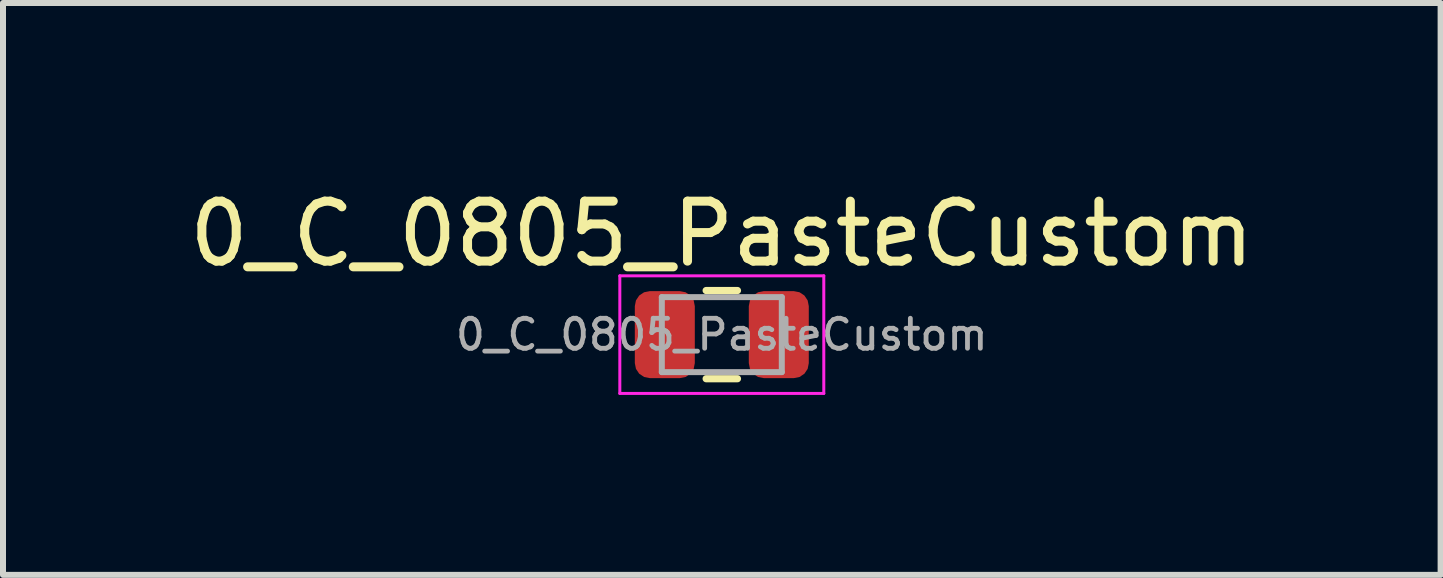
<source format=kicad_pcb>
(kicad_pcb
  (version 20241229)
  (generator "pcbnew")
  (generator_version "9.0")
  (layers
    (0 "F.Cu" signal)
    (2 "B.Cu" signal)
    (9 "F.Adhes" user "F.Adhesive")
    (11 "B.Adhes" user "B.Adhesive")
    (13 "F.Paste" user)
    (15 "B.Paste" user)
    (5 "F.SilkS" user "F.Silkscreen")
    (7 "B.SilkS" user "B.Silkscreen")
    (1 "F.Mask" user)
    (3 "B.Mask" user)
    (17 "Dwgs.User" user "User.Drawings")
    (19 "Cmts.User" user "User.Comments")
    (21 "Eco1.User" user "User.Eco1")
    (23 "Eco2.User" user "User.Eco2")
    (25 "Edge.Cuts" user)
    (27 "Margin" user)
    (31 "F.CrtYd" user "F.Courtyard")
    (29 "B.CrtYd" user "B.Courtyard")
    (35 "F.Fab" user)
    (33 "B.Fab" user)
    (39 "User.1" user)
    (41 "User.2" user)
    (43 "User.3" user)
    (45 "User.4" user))
  (footprint "0_C_0805_PasteCustom"
    (layer "F.Cu")
    (at 8.982 2.528)
    (property "Reference" "0_C_0805_PasteCustom" (at 0 -1.68 0) (layer "F.SilkS") (effects (font (size 1 1) (thickness 0.15))))
    (attr smd)
    (fp_line (start -0.261 -0.735) (end 0.261 -0.735) (stroke (width 0.12) (type solid)) (layer "F.SilkS"))
    (fp_line (start -0.261 0.735) (end 0.261 0.735) (stroke (width 0.12) (type solid)) (layer "F.SilkS"))
    (fp_poly (pts (arc (start -1.29 0.724104) (mid -1.396066 0.68017) (end -1.44 0.574104)) (arc (start -1.44 -0.565896) (mid -1.396066 -0.671962) (end -1.29 -0.715896)) (arc (start -0.673755 -0.715896) (mid -0.547515 -0.646917) (end -0.537395 -0.503398)) (arc (start -0.741355 -0.058394) (mid -0.754996 0.004104) (end -0.741355 0.066602)) (arc (start -0.537395 0.511606) (mid -0.54755 0.655103) (end -0.673755 0.724104))) (stroke (width 0) (type solid)) (fill yes) (layer "F.Paste"))
    (fp_poly (pts (arc (start 1.29 0.72) (mid 1.396066 0.676066) (end 1.44 0.57)) (arc (start 1.44 -0.57) (mid 1.396066 -0.676066) (end 1.29 -0.72)) (arc (start 0.673755 -0.72) (mid 0.547515 -0.651021) (end 0.537395 -0.507502)) (arc (start 0.741355 -0.062498) (mid 0.754996 0) (end 0.741355 0.062498)) (arc (start 0.537395 0.507502) (mid 0.54755 0.650999) (end 0.673755 0.72))) (stroke (width -1) (type solid)) (fill yes) (layer "F.Paste"))
    (fp_line (start -1.7 -0.98) (end 1.7 -0.98) (stroke (width 0.05) (type solid)) (layer "F.CrtYd"))
    (fp_line (start -1.7 0.98) (end -1.7 -0.98) (stroke (width 0.05) (type solid)) (layer "F.CrtYd"))
    (fp_line (start 1.7 -0.98) (end 1.7 0.98) (stroke (width 0.05) (type solid)) (layer "F.CrtYd"))
    (fp_line (start 1.7 0.98) (end -1.7 0.98) (stroke (width 0.05) (type solid)) (layer "F.CrtYd"))
    (fp_line (start -1 -0.625) (end 1 -0.625) (stroke (width 0.1) (type solid)) (layer "F.Fab"))
    (fp_line (start -1 0.625) (end -1 -0.625) (stroke (width 0.1) (type solid)) (layer "F.Fab"))
    (fp_line (start 1 -0.625) (end 1 0.625) (stroke (width 0.1) (type solid)) (layer "F.Fab"))
    (fp_line (start 1 0.625) (end -1 0.625) (stroke (width 0.1) (type solid)) (layer "F.Fab"))
    (fp_text user "${REFERENCE}" (at 0 0 0) (layer "F.Fab") (effects (font (size 0.5 0.5) (thickness 0.08))))
    (pad "1" smd roundrect (at -0.95 0) (size 1 1.45) (layers "F.Cu" "F.Mask") (roundrect_rratio 0.25))
    (pad "2" smd roundrect (at 0.95 0) (size 1 1.45) (layers "F.Cu" "F.Mask") (roundrect_rratio 0.25)))
  (gr_rect
    (start -3 -3)
    (end 20.964 6.533)
    (stroke (width 0.1) (type default))
    (fill no)
    (layer "Edge.Cuts")))
</source>
